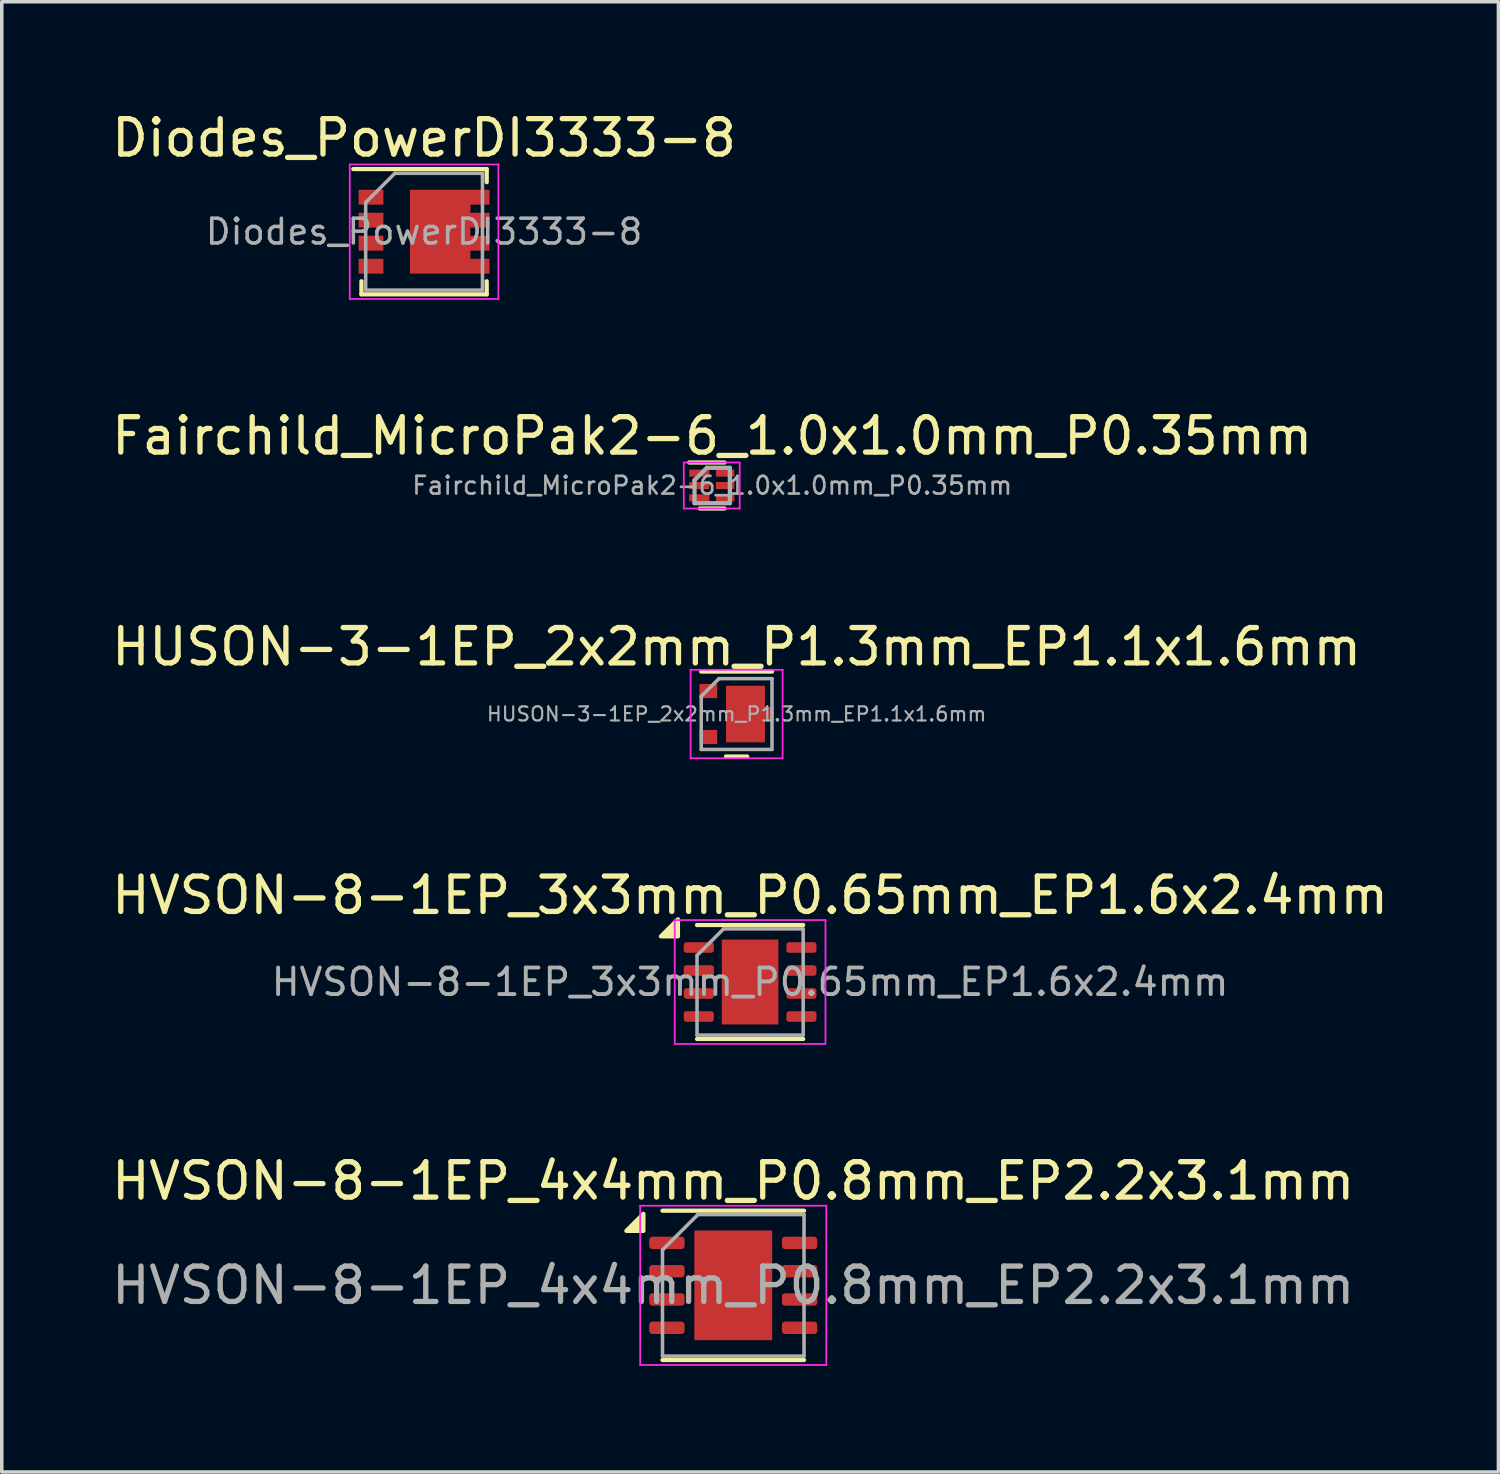
<source format=kicad_pcb>
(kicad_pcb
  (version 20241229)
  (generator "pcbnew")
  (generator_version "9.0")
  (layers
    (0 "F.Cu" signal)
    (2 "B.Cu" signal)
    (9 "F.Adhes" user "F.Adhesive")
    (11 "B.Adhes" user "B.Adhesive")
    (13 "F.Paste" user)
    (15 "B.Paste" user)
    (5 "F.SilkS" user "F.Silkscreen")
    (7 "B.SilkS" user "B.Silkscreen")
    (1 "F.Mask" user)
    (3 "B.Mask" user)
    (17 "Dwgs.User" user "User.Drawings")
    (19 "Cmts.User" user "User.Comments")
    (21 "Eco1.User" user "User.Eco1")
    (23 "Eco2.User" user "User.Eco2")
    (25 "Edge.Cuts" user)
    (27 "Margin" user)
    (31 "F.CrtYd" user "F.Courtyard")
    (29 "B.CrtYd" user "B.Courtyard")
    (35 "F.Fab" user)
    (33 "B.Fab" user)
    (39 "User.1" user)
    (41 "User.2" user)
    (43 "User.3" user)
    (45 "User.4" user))
  (footprint "Diodes_PowerDI3333-8"
    (layer "F.Cu")
    (at 8.935 3.498)
    (property "Reference" "Diodes_PowerDI3333-8" (at 0 -2.65 0) (layer "F.SilkS") (effects (font (size 1 1) (thickness 0.15))))
    (attr smd)
    (fp_line (start -1.77 1.77) (end -1.77 1.4) (stroke (width 0.12) (type solid)) (layer "F.SilkS"))
    (fp_line (start -1.77 1.77) (end 1.77 1.77) (stroke (width 0.12) (type solid)) (layer "F.SilkS"))
    (fp_line (start 1.77 -1.77) (end -2 -1.77) (stroke (width 0.12) (type solid)) (layer "F.SilkS"))
    (fp_line (start 1.77 -1.77) (end 1.77 -1.4) (stroke (width 0.12) (type solid)) (layer "F.SilkS"))
    (fp_line (start 1.77 1.77) (end 1.77 1.4) (stroke (width 0.12) (type solid)) (layer "F.SilkS"))
    (fp_line (start -2.1 -1.9) (end -2.1 1.9) (stroke (width 0.05) (type solid)) (layer "F.CrtYd"))
    (fp_line (start -2.1 1.9) (end 2.1 1.9) (stroke (width 0.05) (type solid)) (layer "F.CrtYd"))
    (fp_line (start 2.1 -1.9) (end -2.1 -1.9) (stroke (width 0.05) (type solid)) (layer "F.CrtYd"))
    (fp_line (start 2.1 1.9) (end 2.1 -1.9) (stroke (width 0.05) (type solid)) (layer "F.CrtYd"))
    (fp_line (start -1.65 -0.825) (end -1.65 1.65) (stroke (width 0.1) (type solid)) (layer "F.Fab"))
    (fp_line (start -1.65 1.65) (end 1.65 1.65) (stroke (width 0.1) (type solid)) (layer "F.Fab"))
    (fp_line (start -0.825 -1.65) (end -1.65 -0.825) (stroke (width 0.1) (type solid)) (layer "F.Fab"))
    (fp_line (start 1.65 -1.65) (end -0.825 -1.65) (stroke (width 0.1) (type solid)) (layer "F.Fab"))
    (fp_line (start 1.65 1.65) (end 1.65 -1.65) (stroke (width 0.1) (type solid)) (layer "F.Fab"))
    (fp_text user "${REFERENCE}" (at 0 0 0) (layer "F.Fab") (effects (font (size 0.7 0.7) (thickness 0.1))))
    (pad "" smd rect (at 0.02 -0.565) (size 0.6 1) (layers "F.Paste"))
    (pad "" smd rect (at 0.02 0.565) (size 0.6 1) (layers "F.Paste"))
    (pad "" smd rect (at 0.73 -0.565) (size 0.6 1) (layers "F.Paste"))
    (pad "" smd rect (at 0.73 0.565) (size 0.6 1) (layers "F.Paste"))
    (pad "" smd rect (at 1.5 -0.975) (size 0.7 0.42) (layers "F.Paste"))
    (pad "" smd rect (at 1.5 -0.325) (size 0.7 0.42) (layers "F.Paste"))
    (pad "" smd rect (at 1.5 0.325) (size 0.7 0.42) (layers "F.Paste"))
    (pad "" smd rect (at 1.5 0.975) (size 0.7 0.42) (layers "F.Paste"))
    (pad "1" smd rect (at -1.5 -0.975) (size 0.7 0.42) (layers "F.Cu" "F.Mask" "F.Paste"))
    (pad "2" smd rect (at -1.5 -0.325) (size 0.7 0.42) (layers "F.Cu" "F.Mask" "F.Paste"))
    (pad "3" smd rect (at -1.5 0.325) (size 0.7 0.42) (layers "F.Cu" "F.Mask" "F.Paste"))
    (pad "4" smd rect (at -1.5 0.975) (size 0.7 0.42) (layers "F.Cu" "F.Mask" "F.Paste"))
    (pad "5" smd custom (at 0.455 0) (size 1.71 2.37) (layers "F.Cu" "F.Mask") (options (anchor rect)) (primitives (gr_poly (pts (xy 1.395 1.185) (xy 0.855 1.185) (xy 0.855 0.765) (xy 1.395 0.765)) (width 0) (fill yes)) (gr_poly (pts (xy 1.395 0.535) (xy 0.855 0.535) (xy 0.855 0.115) (xy 1.395 0.115)) (width 0) (fill yes)) (gr_poly (pts (xy 1.395 -0.115) (xy 0.855 -0.115) (xy 0.855 -0.535) (xy 1.395 -0.535)) (width 0) (fill yes)) (gr_poly (pts (xy 1.395 -0.765) (xy 0.855 -0.765) (xy 0.855 -1.185) (xy 1.395 -1.185)) (width 0) (fill yes)))))
  (footprint "Fairchild_MicroPak2-6_1.0x1.0mm_P0.35mm"
    (layer "F.Cu")
    (at 17.065 10.671)
    (property "Reference" "Fairchild_MicroPak2-6_1.0x1.0mm_P0.35mm" (at 0.013 -1.4 0) (layer "F.SilkS") (effects (font (size 1 1) (thickness 0.15))))
    (attr smd)
    (fp_line (start -0.338 0.65) (end 0.362 0.65) (stroke (width 0.12) (type solid)) (layer "F.SilkS"))
    (fp_line (start 0.362 -0.65) (end -0.637 -0.65) (stroke (width 0.12) (type solid)) (layer "F.SilkS"))
    (fp_line (start -0.79 -0.65) (end -0.79 0.65) (stroke (width 0.05) (type solid)) (layer "F.CrtYd"))
    (fp_line (start -0.79 -0.65) (end 0.79 -0.65) (stroke (width 0.05) (type solid)) (layer "F.CrtYd"))
    (fp_line (start 0.79 0.65) (end -0.79 0.65) (stroke (width 0.05) (type solid)) (layer "F.CrtYd"))
    (fp_line (start 0.79 0.65) (end 0.79 -0.65) (stroke (width 0.05) (type solid)) (layer "F.CrtYd"))
    (fp_line (start -0.487 -0.15) (end -0.138 -0.5) (stroke (width 0.12) (type solid)) (layer "F.Fab"))
    (fp_line (start -0.487 0.5) (end -0.487 -0.15) (stroke (width 0.12) (type solid)) (layer "F.Fab"))
    (fp_line (start -0.138 -0.5) (end 0.512 -0.5) (stroke (width 0.12) (type solid)) (layer "F.Fab"))
    (fp_line (start 0.512 -0.5) (end 0.512 0.5) (stroke (width 0.12) (type solid)) (layer "F.Fab"))
    (fp_line (start 0.512 0.5) (end -0.487 0.5) (stroke (width 0.12) (type solid)) (layer "F.Fab"))
    (fp_text user "${REFERENCE}" (at 0.013 0 0) (layer "F.Fab") (effects (font (size 0.5 0.5) (thickness 0.075))))
    (pad "1" smd rect (at -0.352 -0.35) (size 0.57 0.2) (layers "F.Cu" "F.Mask" "F.Paste"))
    (pad "2" smd rect (at -0.352 0) (size 0.57 0.2) (layers "F.Cu" "F.Mask" "F.Paste"))
    (pad "3" smd rect (at -0.352 0.35) (size 0.57 0.2) (layers "F.Cu" "F.Mask" "F.Paste"))
    (pad "4" smd rect (at 0.378 0.35) (size 0.52 0.2) (layers "F.Cu" "F.Mask" "F.Paste"))
    (pad "5" smd rect (at 0.378 0) (size 0.52 0.2) (layers "F.Cu" "F.Mask" "F.Paste"))
    (pad "6" smd rect (at 0.378 -0.35) (size 0.52 0.2) (layers "F.Cu" "F.Mask" "F.Paste")))
  (footprint "HVSON-8-1EP_3x3mm_P0.65mm_EP1.6x2.4mm"
    (layer "F.Cu")
    (at 18.149 24.703)
    (property "Reference" "HVSON-8-1EP_3x3mm_P0.65mm_EP1.6x2.4mm" (at 0 -2.45 0) (layer "F.SilkS") (effects (font (size 1 1) (thickness 0.15))))
    (attr smd)
    (fp_line (start -1.5 -1.61) (end 1.5 -1.61) (stroke (width 0.12) (type solid)) (layer "F.SilkS"))
    (fp_line (start -1.5 1.61) (end 1.5 1.61) (stroke (width 0.12) (type solid)) (layer "F.SilkS"))
    (fp_poly (pts (xy -2.04 -1.29) (xy -2.52 -1.29) (xy -2.04 -1.77) (xy -2.04 -1.29)) (stroke (width 0.12) (type solid)) (fill yes) (layer "F.SilkS"))
    (fp_line (start -2.13 -1.75) (end -2.13 1.75) (stroke (width 0.05) (type solid)) (layer "F.CrtYd"))
    (fp_line (start -2.13 1.75) (end 2.13 1.75) (stroke (width 0.05) (type solid)) (layer "F.CrtYd"))
    (fp_line (start 2.13 -1.75) (end -2.13 -1.75) (stroke (width 0.05) (type solid)) (layer "F.CrtYd"))
    (fp_line (start 2.13 1.75) (end 2.13 -1.75) (stroke (width 0.05) (type solid)) (layer "F.CrtYd"))
    (fp_line (start -1.5 -0.75) (end -0.75 -1.5) (stroke (width 0.1) (type solid)) (layer "F.Fab"))
    (fp_line (start -1.5 1.5) (end -1.5 -0.75) (stroke (width 0.1) (type solid)) (layer "F.Fab"))
    (fp_line (start -0.75 -1.5) (end 1.5 -1.5) (stroke (width 0.1) (type solid)) (layer "F.Fab"))
    (fp_line (start 1.5 -1.5) (end 1.5 1.5) (stroke (width 0.1) (type solid)) (layer "F.Fab"))
    (fp_line (start 1.5 1.5) (end -1.5 1.5) (stroke (width 0.1) (type solid)) (layer "F.Fab"))
    (fp_text user "${REFERENCE}" (at 0 0 0) (layer "F.Fab") (effects (font (size 0.75 0.75) (thickness 0.11))))
    (pad "" smd roundrect (at -0.4 -0.6) (size 0.64 0.97) (layers "F.Paste") (roundrect_rratio 0.25))
    (pad "" smd roundrect (at -0.4 0.6) (size 0.64 0.97) (layers "F.Paste") (roundrect_rratio 0.25))
    (pad "" smd roundrect (at 0.4 -0.6) (size 0.64 0.97) (layers "F.Paste") (roundrect_rratio 0.25))
    (pad "" smd roundrect (at 0.4 0.6) (size 0.64 0.97) (layers "F.Paste") (roundrect_rratio 0.25))
    (pad "1" smd roundrect (at -1.45 -0.975) (size 0.85 0.3) (layers "F.Cu" "F.Mask" "F.Paste") (roundrect_rratio 0.25))
    (pad "2" smd roundrect (at -1.45 -0.325) (size 0.85 0.3) (layers "F.Cu" "F.Mask" "F.Paste") (roundrect_rratio 0.25))
    (pad "3" smd roundrect (at -1.45 0.325) (size 0.85 0.3) (layers "F.Cu" "F.Mask" "F.Paste") (roundrect_rratio 0.25))
    (pad "4" smd roundrect (at -1.45 0.975) (size 0.85 0.3) (layers "F.Cu" "F.Mask" "F.Paste") (roundrect_rratio 0.25))
    (pad "5" smd roundrect (at 1.45 0.975) (size 0.85 0.3) (layers "F.Cu" "F.Mask" "F.Paste") (roundrect_rratio 0.25))
    (pad "6" smd roundrect (at 1.45 0.325) (size 0.85 0.3) (layers "F.Cu" "F.Mask" "F.Paste") (roundrect_rratio 0.25))
    (pad "7" smd roundrect (at 1.45 -0.325) (size 0.85 0.3) (layers "F.Cu" "F.Mask" "F.Paste") (roundrect_rratio 0.25))
    (pad "8" smd roundrect (at 1.45 -0.975) (size 0.85 0.3) (layers "F.Cu" "F.Mask" "F.Paste") (roundrect_rratio 0.25))
    (pad "9" smd rect (at 0 0) (size 1.6 2.4) (property pad_prop_heatsink) (layers "F.Cu" "F.Mask")))
  (footprint "HVSON-8-1EP_4x4mm_P0.8mm_EP2.2x3.1mm"
    (layer "F.Cu")
    (at 17.673 33.276)
    (property "Reference" "HVSON-8-1EP_4x4mm_P0.8mm_EP2.2x3.1mm" (at 0 -2.95 0) (layer "F.SilkS") (effects (font (size 1 1) (thickness 0.15))))
    (attr smd)
    (fp_line (start -2 -2.11) (end 2 -2.11) (stroke (width 0.12) (type solid)) (layer "F.SilkS"))
    (fp_line (start -2 2.11) (end 2 2.11) (stroke (width 0.12) (type solid)) (layer "F.SilkS"))
    (fp_poly (pts (xy -2.54 -1.54) (xy -3.02 -1.54) (xy -2.54 -2.02) (xy -2.54 -1.54)) (stroke (width 0.12) (type solid)) (fill yes) (layer "F.SilkS"))
    (fp_line (start -2.63 -2.25) (end -2.63 2.25) (stroke (width 0.05) (type solid)) (layer "F.CrtYd"))
    (fp_line (start -2.63 2.25) (end 2.63 2.25) (stroke (width 0.05) (type solid)) (layer "F.CrtYd"))
    (fp_line (start 2.63 -2.25) (end -2.63 -2.25) (stroke (width 0.05) (type solid)) (layer "F.CrtYd"))
    (fp_line (start 2.63 2.25) (end 2.63 -2.25) (stroke (width 0.05) (type solid)) (layer "F.CrtYd"))
    (fp_line (start -2 -1) (end -1 -2) (stroke (width 0.1) (type solid)) (layer "F.Fab"))
    (fp_line (start -2 2) (end -2 -1) (stroke (width 0.1) (type solid)) (layer "F.Fab"))
    (fp_line (start -1 -2) (end 2 -2) (stroke (width 0.1) (type solid)) (layer "F.Fab"))
    (fp_line (start 2 -2) (end 2 2) (stroke (width 0.1) (type solid)) (layer "F.Fab"))
    (fp_line (start 2 2) (end -2 2) (stroke (width 0.1) (type solid)) (layer "F.Fab"))
    (fp_text user "${REFERENCE}" (at 0 0 0) (layer "F.Fab") (effects (font (size 1 1) (thickness 0.15))))
    (pad "" smd roundrect (at -0.55 -0.775) (size 0.89 1.25) (layers "F.Paste") (roundrect_rratio 0.25))
    (pad "" smd roundrect (at -0.55 0.775) (size 0.89 1.25) (layers "F.Paste") (roundrect_rratio 0.25))
    (pad "" smd roundrect (at 0.55 -0.775) (size 0.89 1.25) (layers "F.Paste") (roundrect_rratio 0.25))
    (pad "" smd roundrect (at 0.55 0.775) (size 0.89 1.25) (layers "F.Paste") (roundrect_rratio 0.25))
    (pad "1" smd roundrect (at -1.875 -1.2) (size 1 0.35) (layers "F.Cu" "F.Mask" "F.Paste") (roundrect_rratio 0.25))
    (pad "2" smd roundrect (at -1.875 -0.4) (size 1 0.35) (layers "F.Cu" "F.Mask" "F.Paste") (roundrect_rratio 0.25))
    (pad "3" smd roundrect (at -1.875 0.4) (size 1 0.35) (layers "F.Cu" "F.Mask" "F.Paste") (roundrect_rratio 0.25))
    (pad "4" smd roundrect (at -1.875 1.2) (size 1 0.35) (layers "F.Cu" "F.Mask" "F.Paste") (roundrect_rratio 0.25))
    (pad "5" smd roundrect (at 1.875 1.2) (size 1 0.35) (layers "F.Cu" "F.Mask" "F.Paste") (roundrect_rratio 0.25))
    (pad "6" smd roundrect (at 1.875 0.4) (size 1 0.35) (layers "F.Cu" "F.Mask" "F.Paste") (roundrect_rratio 0.25))
    (pad "7" smd roundrect (at 1.875 -0.4) (size 1 0.35) (layers "F.Cu" "F.Mask" "F.Paste") (roundrect_rratio 0.25))
    (pad "8" smd roundrect (at 1.875 -1.2) (size 1 0.35) (layers "F.Cu" "F.Mask" "F.Paste") (roundrect_rratio 0.25))
    (pad "9" smd rect (at 0 0) (size 2.2 3.1) (property pad_prop_heatsink) (layers "F.Cu" "F.Mask")))
  (footprint "HUSON-3-1EP_2x2mm_P1.3mm_EP1.1x1.6mm"
    (layer "F.Cu")
    (at 17.768 17.13)
    (property "Reference" "HUSON-3-1EP_2x2mm_P1.3mm_EP1.1x1.6mm" (at 0 -1.9 0) (layer "F.SilkS") (effects (font (size 1 1) (thickness 0.15))))
    (attr smd)
    (fp_line (start -0.3 1.2) (end 0.3 1.2) (stroke (width 0.12) (type solid)) (layer "F.SilkS"))
    (fp_line (start 1 -1.2) (end -1 -1.2) (stroke (width 0.12) (type solid)) (layer "F.SilkS"))
    (fp_line (start -1.3 -1.25) (end 1.3 -1.25) (stroke (width 0.05) (type solid)) (layer "F.CrtYd"))
    (fp_line (start -1.3 1.25) (end -1.3 -1.25) (stroke (width 0.05) (type solid)) (layer "F.CrtYd"))
    (fp_line (start 1.3 -1.25) (end 1.3 1.25) (stroke (width 0.05) (type solid)) (layer "F.CrtYd"))
    (fp_line (start 1.3 1.25) (end -1.3 1.25) (stroke (width 0.05) (type solid)) (layer "F.CrtYd"))
    (fp_line (start -1 -0.5) (end -0.5 -1) (stroke (width 0.1) (type solid)) (layer "F.Fab"))
    (fp_line (start -1 1) (end -1 -0.5) (stroke (width 0.1) (type solid)) (layer "F.Fab"))
    (fp_line (start -0.5 -1) (end 1 -1) (stroke (width 0.1) (type solid)) (layer "F.Fab"))
    (fp_line (start 1 -1) (end 1 1) (stroke (width 0.1) (type solid)) (layer "F.Fab"))
    (fp_line (start 1 1) (end -1 1) (stroke (width 0.1) (type solid)) (layer "F.Fab"))
    (fp_text user "${REFERENCE}" (at 0 0 0) (layer "F.Fab") (effects (font (size 0.4 0.4) (thickness 0.06))))
    (pad "1" smd rect (at -0.8 -0.65) (size 0.5 0.4) (layers "F.Cu" "F.Mask" "F.Paste"))
    (pad "2" smd rect (at -0.8 0.65) (size 0.5 0.4) (layers "F.Cu" "F.Mask" "F.Paste"))
    (pad "3" smd rect (at 0.25 0) (size 1.1 1.6) (layers "F.Cu" "F.Mask" "F.Paste"))
    (pad "3" smd rect (at 0.925 0) (size 0.25 0.4) (layers "F.Cu" "F.Mask" "F.Paste")))
  (gr_rect
    (start -3 -3)
    (end 39.298 38.551)
    (stroke (width 0.1) (type default))
    (fill no)
    (layer "Edge.Cuts")))
</source>
